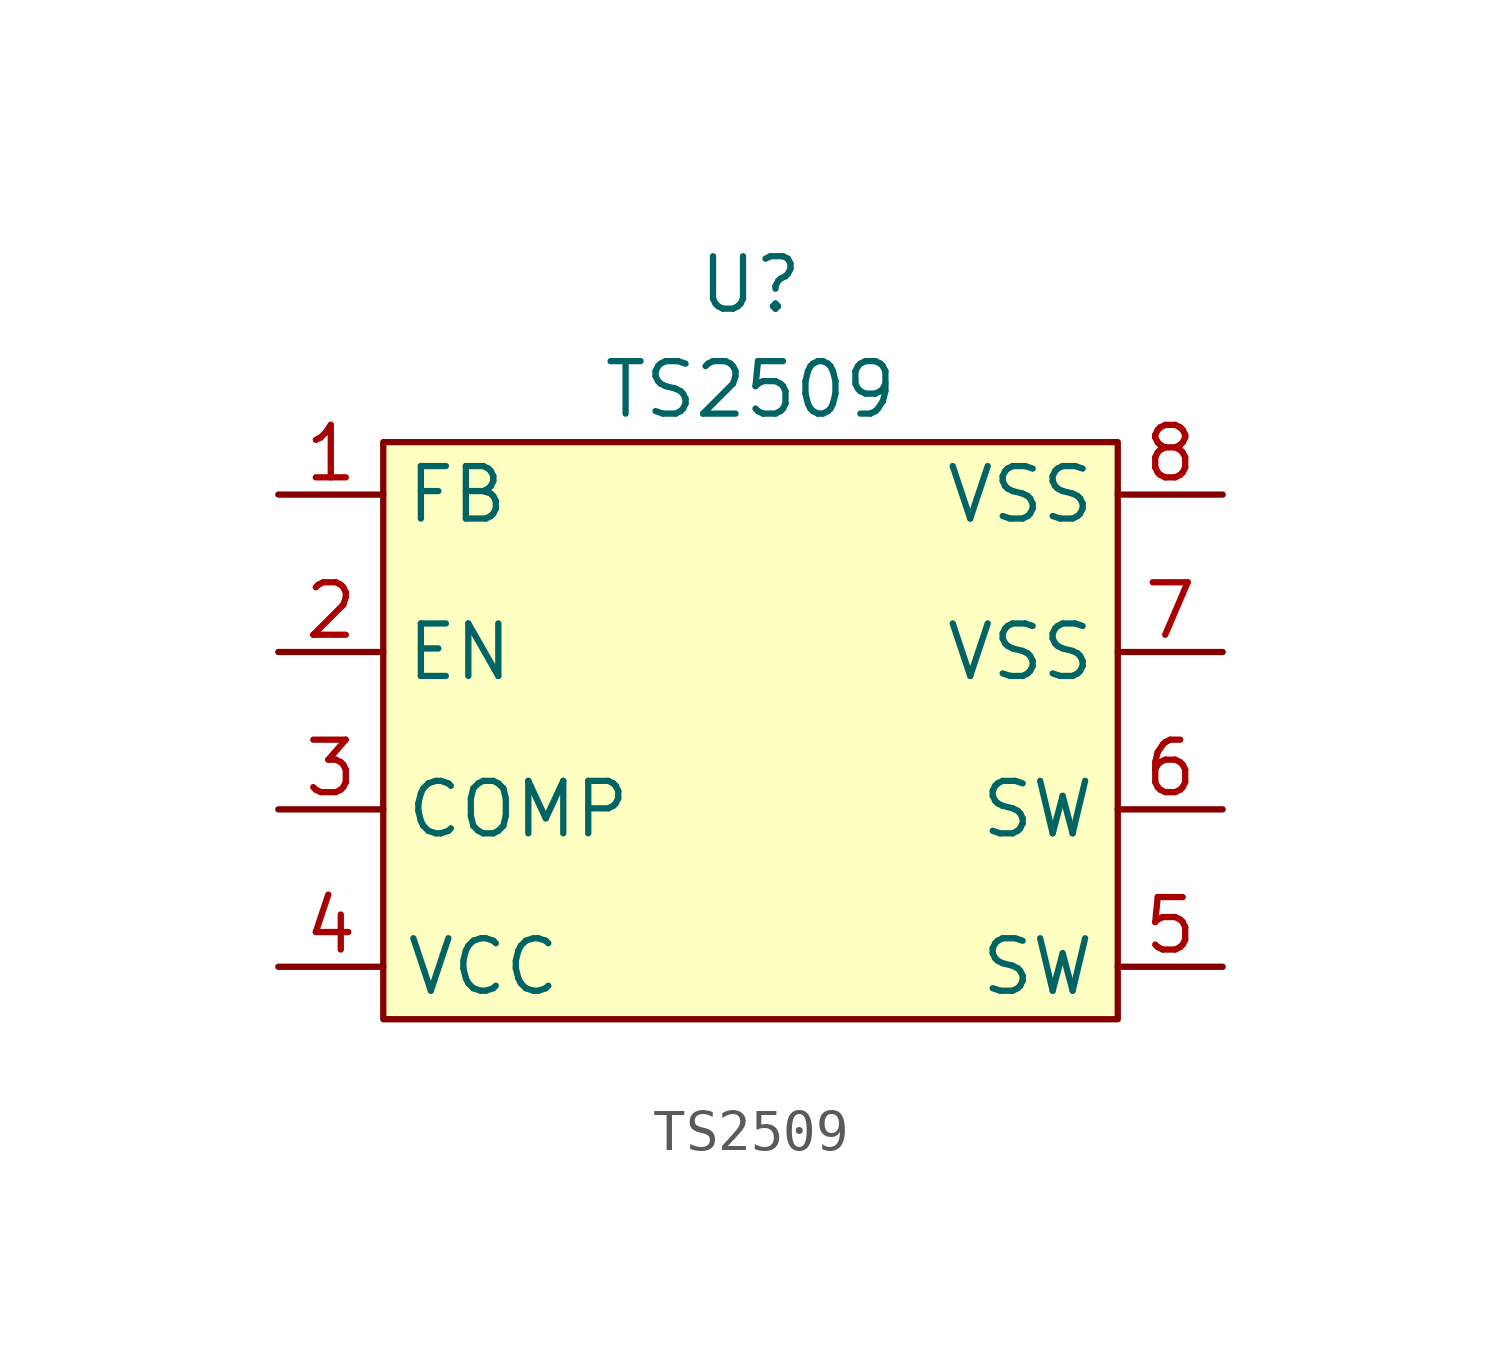
<source format=kicad_sym>
(kicad_symbol_lib
  (version 20211014)
  (generator kicad_symbol_editor)
  (symbol "TS2509"
    (property "Reference" "U"
      (at 0 16.51 0)
      (effects (font (size 1.27 1.27))))
    (property "Value" "TS2509"
      (at 0 13.97 0)
      (effects (font (size 1.27 1.27))))
    (symbol "TS2509_0_1"
      (rectangle (start -8.89 12.7) (end 8.89 -1.27) (stroke (width 0) (type default) (color 0 0 0 0)) (fill (type background))))
    (symbol "TS2509_1_1"
      (pin input line (at -11.43 11.43 0) (length 2.54) (name "FB" (effects (font (size 1.27 1.27)))) (number "1" (effects (font (size 1.27 1.27)))))
      (pin input line (at -11.43 7.62 0) (length 2.54) (name "EN" (effects (font (size 1.27 1.27)))) (number "2" (effects (font (size 1.27 1.27)))))
      (pin input line (at -11.43 3.81 0) (length 2.54) (name "COMP" (effects (font (size 1.27 1.27)))) (number "3" (effects (font (size 1.27 1.27)))))
      (pin power_in line (at -11.43 0 0) (length 2.54) (name "VCC" (effects (font (size 1.27 1.27)))) (number "4" (effects (font (size 1.27 1.27)))))
      (pin passive line (at 11.43 0 180) (length 2.54) (name "SW" (effects (font (size 1.27 1.27)))) (number "5" (effects (font (size 1.27 1.27)))))
      (pin passive line (at 11.43 3.81 180) (length 2.54) (name "SW" (effects (font (size 1.27 1.27)))) (number "6" (effects (font (size 1.27 1.27)))))
      (pin power_in line (at 11.43 7.62 180) (length 2.54) (name "VSS" (effects (font (size 1.27 1.27)))) (number "7" (effects (font (size 1.27 1.27)))))
      (pin power_in line (at 11.43 11.43 180) (length 2.54) (name "VSS" (effects (font (size 1.27 1.27)))) (number "8" (effects (font (size 1.27 1.27))))))))
</source>
